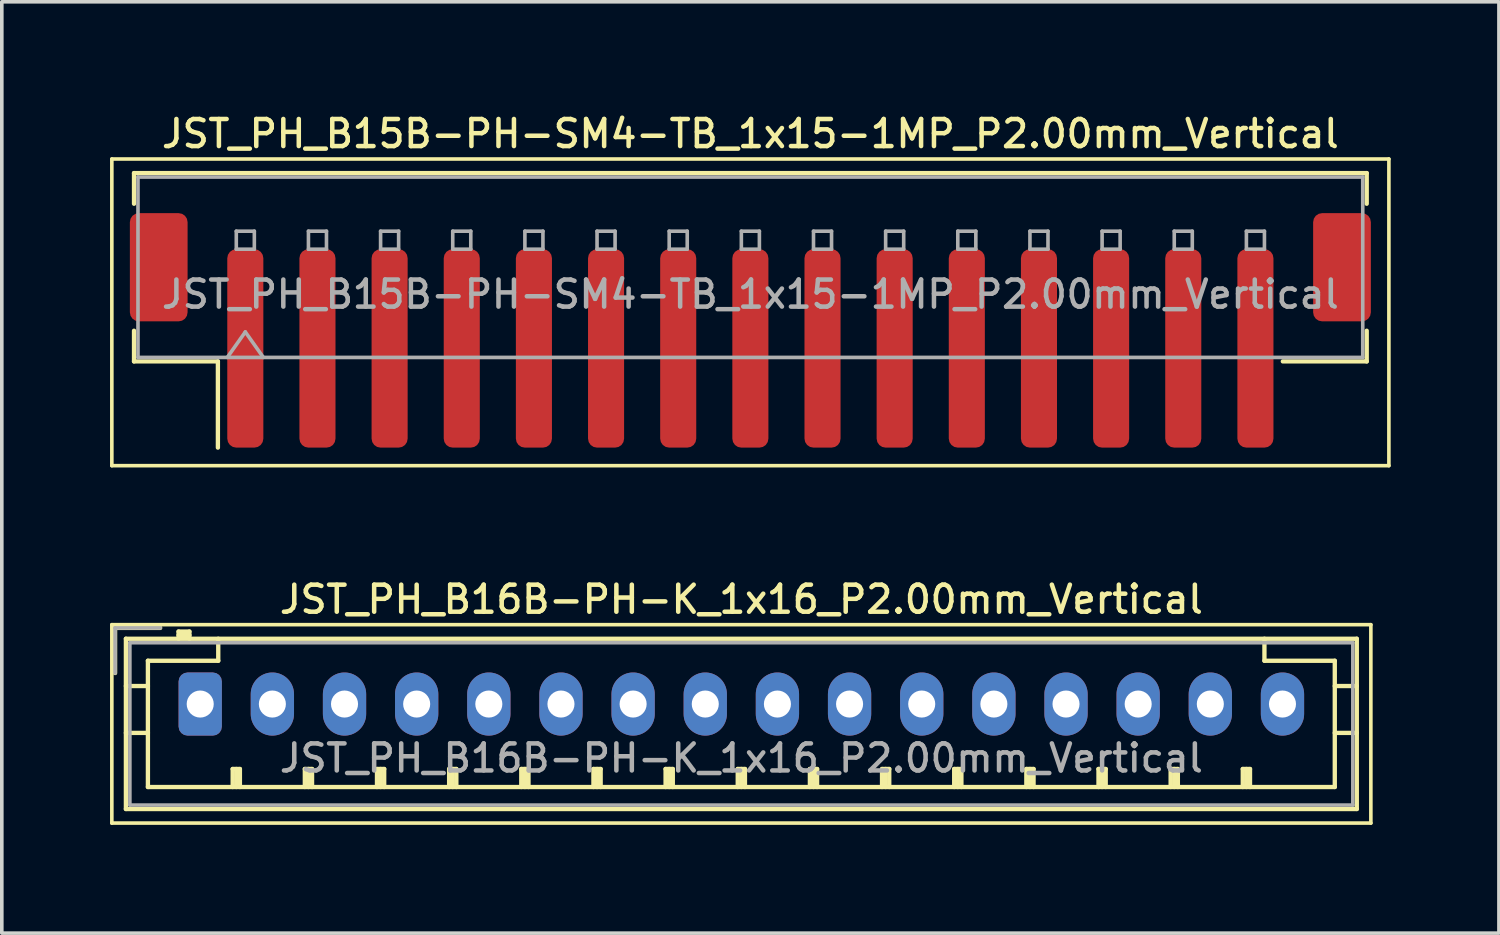
<source format=kicad_pcb>
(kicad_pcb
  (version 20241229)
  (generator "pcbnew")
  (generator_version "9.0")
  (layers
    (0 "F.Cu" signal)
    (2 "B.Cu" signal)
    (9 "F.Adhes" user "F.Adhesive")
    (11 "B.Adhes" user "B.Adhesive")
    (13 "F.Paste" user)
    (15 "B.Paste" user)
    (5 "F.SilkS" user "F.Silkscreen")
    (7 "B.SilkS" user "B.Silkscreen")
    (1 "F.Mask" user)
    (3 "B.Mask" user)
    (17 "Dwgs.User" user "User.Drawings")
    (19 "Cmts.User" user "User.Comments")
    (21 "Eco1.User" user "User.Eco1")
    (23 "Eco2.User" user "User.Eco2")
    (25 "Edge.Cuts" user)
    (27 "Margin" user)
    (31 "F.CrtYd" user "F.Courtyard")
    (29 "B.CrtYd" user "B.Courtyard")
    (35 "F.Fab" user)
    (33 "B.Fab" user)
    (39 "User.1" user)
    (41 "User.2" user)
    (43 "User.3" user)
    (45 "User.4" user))
  (footprint "JST_PH_B15B-PH-SM4-TB_1x15-1MP_P2.00mm_Vertical"
    (layer "F.Cu")
    (at 17.75 6.108)
    (property "Reference" "JST_PH_B15B-PH-SM4-TB_1x15-1MP_P2.00mm_Vertical" (at 0 -5.45 0) (layer "F.SilkS") (effects (font (size 0.75 0.75) (thickness 0.125))))
    (attr smd)
    (fp_line (start -17.7 -4.75) (end -17.7 3.75) (stroke (width 0.1) (type solid)) (layer "F.SilkS"))
    (fp_line (start -17.7 3.75) (end 17.7 3.75) (stroke (width 0.1) (type solid)) (layer "F.SilkS"))
    (fp_line (start -17.085 -4.36) (end 17.085 -4.36) (stroke (width 0.12) (type solid)) (layer "F.SilkS"))
    (fp_line (start -17.085 -3.51) (end -17.085 -4.36) (stroke (width 0.12) (type solid)) (layer "F.SilkS"))
    (fp_line (start -17.085 0.01) (end -17.085 0.86) (stroke (width 0.12) (type solid)) (layer "F.SilkS"))
    (fp_line (start -17.085 0.86) (end -14.76 0.86) (stroke (width 0.12) (type solid)) (layer "F.SilkS"))
    (fp_line (start -14.76 0.86) (end -14.76 3.25) (stroke (width 0.12) (type solid)) (layer "F.SilkS"))
    (fp_line (start 17.085 -4.36) (end 17.085 -3.51) (stroke (width 0.12) (type solid)) (layer "F.SilkS"))
    (fp_line (start 17.085 0.01) (end 17.085 0.86) (stroke (width 0.12) (type solid)) (layer "F.SilkS"))
    (fp_line (start 17.085 0.86) (end 14.76 0.86) (stroke (width 0.12) (type solid)) (layer "F.SilkS"))
    (fp_line (start 17.7 -4.75) (end -17.7 -4.75) (stroke (width 0.1) (type solid)) (layer "F.SilkS"))
    (fp_line (start 17.7 3.75) (end 17.7 -4.75) (stroke (width 0.1) (type solid)) (layer "F.SilkS"))
    (fp_line (start -16.975 -4.25) (end 16.975 -4.25) (stroke (width 0.1) (type solid)) (layer "F.Fab"))
    (fp_line (start -16.975 0.75) (end -16.975 -4.25) (stroke (width 0.1) (type solid)) (layer "F.Fab"))
    (fp_line (start -16.975 0.75) (end 16.975 0.75) (stroke (width 0.1) (type solid)) (layer "F.Fab"))
    (fp_line (start -14.5 0.75) (end -14 0.043) (stroke (width 0.1) (type solid)) (layer "F.Fab"))
    (fp_line (start -14.25 -2.75) (end -14.25 -2.25) (stroke (width 0.1) (type solid)) (layer "F.Fab"))
    (fp_line (start -14.25 -2.25) (end -13.75 -2.25) (stroke (width 0.1) (type solid)) (layer "F.Fab"))
    (fp_line (start -14 0.043) (end -13.5 0.75) (stroke (width 0.1) (type solid)) (layer "F.Fab"))
    (fp_line (start -13.75 -2.75) (end -14.25 -2.75) (stroke (width 0.1) (type solid)) (layer "F.Fab"))
    (fp_line (start -13.75 -2.25) (end -13.75 -2.75) (stroke (width 0.1) (type solid)) (layer "F.Fab"))
    (fp_line (start -12.25 -2.75) (end -12.25 -2.25) (stroke (width 0.1) (type solid)) (layer "F.Fab"))
    (fp_line (start -12.25 -2.25) (end -11.75 -2.25) (stroke (width 0.1) (type solid)) (layer "F.Fab"))
    (fp_line (start -11.75 -2.75) (end -12.25 -2.75) (stroke (width 0.1) (type solid)) (layer "F.Fab"))
    (fp_line (start -11.75 -2.25) (end -11.75 -2.75) (stroke (width 0.1) (type solid)) (layer "F.Fab"))
    (fp_line (start -10.25 -2.75) (end -10.25 -2.25) (stroke (width 0.1) (type solid)) (layer "F.Fab"))
    (fp_line (start -10.25 -2.25) (end -9.75 -2.25) (stroke (width 0.1) (type solid)) (layer "F.Fab"))
    (fp_line (start -9.75 -2.75) (end -10.25 -2.75) (stroke (width 0.1) (type solid)) (layer "F.Fab"))
    (fp_line (start -9.75 -2.25) (end -9.75 -2.75) (stroke (width 0.1) (type solid)) (layer "F.Fab"))
    (fp_line (start -8.25 -2.75) (end -8.25 -2.25) (stroke (width 0.1) (type solid)) (layer "F.Fab"))
    (fp_line (start -8.25 -2.25) (end -7.75 -2.25) (stroke (width 0.1) (type solid)) (layer "F.Fab"))
    (fp_line (start -7.75 -2.75) (end -8.25 -2.75) (stroke (width 0.1) (type solid)) (layer "F.Fab"))
    (fp_line (start -7.75 -2.25) (end -7.75 -2.75) (stroke (width 0.1) (type solid)) (layer "F.Fab"))
    (fp_line (start -6.25 -2.75) (end -6.25 -2.25) (stroke (width 0.1) (type solid)) (layer "F.Fab"))
    (fp_line (start -6.25 -2.25) (end -5.75 -2.25) (stroke (width 0.1) (type solid)) (layer "F.Fab"))
    (fp_line (start -5.75 -2.75) (end -6.25 -2.75) (stroke (width 0.1) (type solid)) (layer "F.Fab"))
    (fp_line (start -5.75 -2.25) (end -5.75 -2.75) (stroke (width 0.1) (type solid)) (layer "F.Fab"))
    (fp_line (start -4.25 -2.75) (end -4.25 -2.25) (stroke (width 0.1) (type solid)) (layer "F.Fab"))
    (fp_line (start -4.25 -2.25) (end -3.75 -2.25) (stroke (width 0.1) (type solid)) (layer "F.Fab"))
    (fp_line (start -3.75 -2.75) (end -4.25 -2.75) (stroke (width 0.1) (type solid)) (layer "F.Fab"))
    (fp_line (start -3.75 -2.25) (end -3.75 -2.75) (stroke (width 0.1) (type solid)) (layer "F.Fab"))
    (fp_line (start -2.25 -2.75) (end -2.25 -2.25) (stroke (width 0.1) (type solid)) (layer "F.Fab"))
    (fp_line (start -2.25 -2.25) (end -1.75 -2.25) (stroke (width 0.1) (type solid)) (layer "F.Fab"))
    (fp_line (start -1.75 -2.75) (end -2.25 -2.75) (stroke (width 0.1) (type solid)) (layer "F.Fab"))
    (fp_line (start -1.75 -2.25) (end -1.75 -2.75) (stroke (width 0.1) (type solid)) (layer "F.Fab"))
    (fp_line (start -0.25 -2.75) (end -0.25 -2.25) (stroke (width 0.1) (type solid)) (layer "F.Fab"))
    (fp_line (start -0.25 -2.25) (end 0.25 -2.25) (stroke (width 0.1) (type solid)) (layer "F.Fab"))
    (fp_line (start 0.25 -2.75) (end -0.25 -2.75) (stroke (width 0.1) (type solid)) (layer "F.Fab"))
    (fp_line (start 0.25 -2.25) (end 0.25 -2.75) (stroke (width 0.1) (type solid)) (layer "F.Fab"))
    (fp_line (start 1.75 -2.75) (end 1.75 -2.25) (stroke (width 0.1) (type solid)) (layer "F.Fab"))
    (fp_line (start 1.75 -2.25) (end 2.25 -2.25) (stroke (width 0.1) (type solid)) (layer "F.Fab"))
    (fp_line (start 2.25 -2.75) (end 1.75 -2.75) (stroke (width 0.1) (type solid)) (layer "F.Fab"))
    (fp_line (start 2.25 -2.25) (end 2.25 -2.75) (stroke (width 0.1) (type solid)) (layer "F.Fab"))
    (fp_line (start 3.75 -2.75) (end 3.75 -2.25) (stroke (width 0.1) (type solid)) (layer "F.Fab"))
    (fp_line (start 3.75 -2.25) (end 4.25 -2.25) (stroke (width 0.1) (type solid)) (layer "F.Fab"))
    (fp_line (start 4.25 -2.75) (end 3.75 -2.75) (stroke (width 0.1) (type solid)) (layer "F.Fab"))
    (fp_line (start 4.25 -2.25) (end 4.25 -2.75) (stroke (width 0.1) (type solid)) (layer "F.Fab"))
    (fp_line (start 5.75 -2.75) (end 5.75 -2.25) (stroke (width 0.1) (type solid)) (layer "F.Fab"))
    (fp_line (start 5.75 -2.25) (end 6.25 -2.25) (stroke (width 0.1) (type solid)) (layer "F.Fab"))
    (fp_line (start 6.25 -2.75) (end 5.75 -2.75) (stroke (width 0.1) (type solid)) (layer "F.Fab"))
    (fp_line (start 6.25 -2.25) (end 6.25 -2.75) (stroke (width 0.1) (type solid)) (layer "F.Fab"))
    (fp_line (start 7.75 -2.75) (end 7.75 -2.25) (stroke (width 0.1) (type solid)) (layer "F.Fab"))
    (fp_line (start 7.75 -2.25) (end 8.25 -2.25) (stroke (width 0.1) (type solid)) (layer "F.Fab"))
    (fp_line (start 8.25 -2.75) (end 7.75 -2.75) (stroke (width 0.1) (type solid)) (layer "F.Fab"))
    (fp_line (start 8.25 -2.25) (end 8.25 -2.75) (stroke (width 0.1) (type solid)) (layer "F.Fab"))
    (fp_line (start 9.75 -2.75) (end 9.75 -2.25) (stroke (width 0.1) (type solid)) (layer "F.Fab"))
    (fp_line (start 9.75 -2.25) (end 10.25 -2.25) (stroke (width 0.1) (type solid)) (layer "F.Fab"))
    (fp_line (start 10.25 -2.75) (end 9.75 -2.75) (stroke (width 0.1) (type solid)) (layer "F.Fab"))
    (fp_line (start 10.25 -2.25) (end 10.25 -2.75) (stroke (width 0.1) (type solid)) (layer "F.Fab"))
    (fp_line (start 11.75 -2.75) (end 11.75 -2.25) (stroke (width 0.1) (type solid)) (layer "F.Fab"))
    (fp_line (start 11.75 -2.25) (end 12.25 -2.25) (stroke (width 0.1) (type solid)) (layer "F.Fab"))
    (fp_line (start 12.25 -2.75) (end 11.75 -2.75) (stroke (width 0.1) (type solid)) (layer "F.Fab"))
    (fp_line (start 12.25 -2.25) (end 12.25 -2.75) (stroke (width 0.1) (type solid)) (layer "F.Fab"))
    (fp_line (start 13.75 -2.75) (end 13.75 -2.25) (stroke (width 0.1) (type solid)) (layer "F.Fab"))
    (fp_line (start 13.75 -2.25) (end 14.25 -2.25) (stroke (width 0.1) (type solid)) (layer "F.Fab"))
    (fp_line (start 14.25 -2.75) (end 13.75 -2.75) (stroke (width 0.1) (type solid)) (layer "F.Fab"))
    (fp_line (start 14.25 -2.25) (end 14.25 -2.75) (stroke (width 0.1) (type solid)) (layer "F.Fab"))
    (fp_line (start 16.975 0.75) (end 16.975 -4.25) (stroke (width 0.1) (type solid)) (layer "F.Fab"))
    (fp_text user "${REFERENCE}" (at 0 -1 0) (layer "F.Fab") (effects (font (size 0.75 0.75) (thickness 0.125))))
    (pad "1" smd roundrect (at -14 0.5) (size 1 5.5) (layers "F.Cu" "F.Mask" "F.Paste") (roundrect_rratio 0.25))
    (pad "2" smd roundrect (at -12 0.5) (size 1 5.5) (layers "F.Cu" "F.Mask" "F.Paste") (roundrect_rratio 0.25))
    (pad "3" smd roundrect (at -10 0.5) (size 1 5.5) (layers "F.Cu" "F.Mask" "F.Paste") (roundrect_rratio 0.25))
    (pad "4" smd roundrect (at -8 0.5) (size 1 5.5) (layers "F.Cu" "F.Mask" "F.Paste") (roundrect_rratio 0.25))
    (pad "5" smd roundrect (at -6 0.5) (size 1 5.5) (layers "F.Cu" "F.Mask" "F.Paste") (roundrect_rratio 0.25))
    (pad "6" smd roundrect (at -4 0.5) (size 1 5.5) (layers "F.Cu" "F.Mask" "F.Paste") (roundrect_rratio 0.25))
    (pad "7" smd roundrect (at -2 0.5) (size 1 5.5) (layers "F.Cu" "F.Mask" "F.Paste") (roundrect_rratio 0.25))
    (pad "8" smd roundrect (at 0 0.5) (size 1 5.5) (layers "F.Cu" "F.Mask" "F.Paste") (roundrect_rratio 0.25))
    (pad "9" smd roundrect (at 2 0.5) (size 1 5.5) (layers "F.Cu" "F.Mask" "F.Paste") (roundrect_rratio 0.25))
    (pad "10" smd roundrect (at 4 0.5) (size 1 5.5) (layers "F.Cu" "F.Mask" "F.Paste") (roundrect_rratio 0.25))
    (pad "11" smd roundrect (at 6 0.5) (size 1 5.5) (layers "F.Cu" "F.Mask" "F.Paste") (roundrect_rratio 0.25))
    (pad "12" smd roundrect (at 8 0.5) (size 1 5.5) (layers "F.Cu" "F.Mask" "F.Paste") (roundrect_rratio 0.25))
    (pad "13" smd roundrect (at 10 0.5) (size 1 5.5) (layers "F.Cu" "F.Mask" "F.Paste") (roundrect_rratio 0.25))
    (pad "14" smd roundrect (at 12 0.5) (size 1 5.5) (layers "F.Cu" "F.Mask" "F.Paste") (roundrect_rratio 0.25))
    (pad "15" smd roundrect (at 14 0.5) (size 1 5.5) (layers "F.Cu" "F.Mask" "F.Paste") (roundrect_rratio 0.25))
    (pad "MP" smd roundrect (at -16.4 -1.75) (size 1.6 3) (layers "F.Cu" "F.Mask" "F.Paste") (roundrect_rratio 0.156))
    (pad "MP" smd roundrect (at 16.4 -1.75) (size 1.6 3) (layers "F.Cu" "F.Mask" "F.Paste") (roundrect_rratio 0.156)))
  (footprint "JST_PH_B16B-PH-K_1x16_P2.00mm_Vertical"
    (layer "F.Cu")
    (at 2.5 16.466)
    (property "Reference" "JST_PH_B16B-PH-K_1x16_P2.00mm_Vertical" (at 15 -2.9 0) (layer "F.SilkS") (effects (font (size 0.75 0.75) (thickness 0.125))))
    (attr through_hole)
    (fp_line (start -2.45 -2.2) (end -2.45 3.3) (stroke (width 0.1) (type solid)) (layer "F.SilkS"))
    (fp_line (start -2.45 3.3) (end 32.45 3.3) (stroke (width 0.1) (type solid)) (layer "F.SilkS"))
    (fp_line (start -2.36 -2.11) (end -2.36 -0.86) (stroke (width 0.12) (type solid)) (layer "F.SilkS"))
    (fp_line (start -2.06 -1.81) (end -2.06 2.91) (stroke (width 0.12) (type solid)) (layer "F.SilkS"))
    (fp_line (start -2.06 -0.5) (end -1.45 -0.5) (stroke (width 0.12) (type solid)) (layer "F.SilkS"))
    (fp_line (start -2.06 0.8) (end -1.45 0.8) (stroke (width 0.12) (type solid)) (layer "F.SilkS"))
    (fp_line (start -2.06 2.91) (end 32.06 2.91) (stroke (width 0.12) (type solid)) (layer "F.SilkS"))
    (fp_line (start -1.45 -1.2) (end -1.45 2.3) (stroke (width 0.12) (type solid)) (layer "F.SilkS"))
    (fp_line (start -1.45 2.3) (end 31.45 2.3) (stroke (width 0.12) (type solid)) (layer "F.SilkS"))
    (fp_line (start -1.11 -2.11) (end -2.36 -2.11) (stroke (width 0.12) (type solid)) (layer "F.SilkS"))
    (fp_line (start -0.6 -2.01) (end -0.6 -1.81) (stroke (width 0.12) (type solid)) (layer "F.SilkS"))
    (fp_line (start -0.3 -2.01) (end -0.6 -2.01) (stroke (width 0.12) (type solid)) (layer "F.SilkS"))
    (fp_line (start -0.3 -1.91) (end -0.6 -1.91) (stroke (width 0.12) (type solid)) (layer "F.SilkS"))
    (fp_line (start -0.3 -1.81) (end -0.3 -2.01) (stroke (width 0.12) (type solid)) (layer "F.SilkS"))
    (fp_line (start 0.5 -1.81) (end 0.5 -1.2) (stroke (width 0.12) (type solid)) (layer "F.SilkS"))
    (fp_line (start 0.5 -1.2) (end -1.45 -1.2) (stroke (width 0.12) (type solid)) (layer "F.SilkS"))
    (fp_line (start 0.9 1.8) (end 1.1 1.8) (stroke (width 0.12) (type solid)) (layer "F.SilkS"))
    (fp_line (start 0.9 2.3) (end 0.9 1.8) (stroke (width 0.12) (type solid)) (layer "F.SilkS"))
    (fp_line (start 1 2.3) (end 1 1.8) (stroke (width 0.12) (type solid)) (layer "F.SilkS"))
    (fp_line (start 1.1 1.8) (end 1.1 2.3) (stroke (width 0.12) (type solid)) (layer "F.SilkS"))
    (fp_line (start 2.9 1.8) (end 3.1 1.8) (stroke (width 0.12) (type solid)) (layer "F.SilkS"))
    (fp_line (start 2.9 2.3) (end 2.9 1.8) (stroke (width 0.12) (type solid)) (layer "F.SilkS"))
    (fp_line (start 3 2.3) (end 3 1.8) (stroke (width 0.12) (type solid)) (layer "F.SilkS"))
    (fp_line (start 3.1 1.8) (end 3.1 2.3) (stroke (width 0.12) (type solid)) (layer "F.SilkS"))
    (fp_line (start 4.9 1.8) (end 5.1 1.8) (stroke (width 0.12) (type solid)) (layer "F.SilkS"))
    (fp_line (start 4.9 2.3) (end 4.9 1.8) (stroke (width 0.12) (type solid)) (layer "F.SilkS"))
    (fp_line (start 5 2.3) (end 5 1.8) (stroke (width 0.12) (type solid)) (layer "F.SilkS"))
    (fp_line (start 5.1 1.8) (end 5.1 2.3) (stroke (width 0.12) (type solid)) (layer "F.SilkS"))
    (fp_line (start 6.9 1.8) (end 7.1 1.8) (stroke (width 0.12) (type solid)) (layer "F.SilkS"))
    (fp_line (start 6.9 2.3) (end 6.9 1.8) (stroke (width 0.12) (type solid)) (layer "F.SilkS"))
    (fp_line (start 7 2.3) (end 7 1.8) (stroke (width 0.12) (type solid)) (layer "F.SilkS"))
    (fp_line (start 7.1 1.8) (end 7.1 2.3) (stroke (width 0.12) (type solid)) (layer "F.SilkS"))
    (fp_line (start 8.9 1.8) (end 9.1 1.8) (stroke (width 0.12) (type solid)) (layer "F.SilkS"))
    (fp_line (start 8.9 2.3) (end 8.9 1.8) (stroke (width 0.12) (type solid)) (layer "F.SilkS"))
    (fp_line (start 9 2.3) (end 9 1.8) (stroke (width 0.12) (type solid)) (layer "F.SilkS"))
    (fp_line (start 9.1 1.8) (end 9.1 2.3) (stroke (width 0.12) (type solid)) (layer "F.SilkS"))
    (fp_line (start 10.9 1.8) (end 11.1 1.8) (stroke (width 0.12) (type solid)) (layer "F.SilkS"))
    (fp_line (start 10.9 2.3) (end 10.9 1.8) (stroke (width 0.12) (type solid)) (layer "F.SilkS"))
    (fp_line (start 11 2.3) (end 11 1.8) (stroke (width 0.12) (type solid)) (layer "F.SilkS"))
    (fp_line (start 11.1 1.8) (end 11.1 2.3) (stroke (width 0.12) (type solid)) (layer "F.SilkS"))
    (fp_line (start 12.9 1.8) (end 13.1 1.8) (stroke (width 0.12) (type solid)) (layer "F.SilkS"))
    (fp_line (start 12.9 2.3) (end 12.9 1.8) (stroke (width 0.12) (type solid)) (layer "F.SilkS"))
    (fp_line (start 13 2.3) (end 13 1.8) (stroke (width 0.12) (type solid)) (layer "F.SilkS"))
    (fp_line (start 13.1 1.8) (end 13.1 2.3) (stroke (width 0.12) (type solid)) (layer "F.SilkS"))
    (fp_line (start 14.9 1.8) (end 15.1 1.8) (stroke (width 0.12) (type solid)) (layer "F.SilkS"))
    (fp_line (start 14.9 2.3) (end 14.9 1.8) (stroke (width 0.12) (type solid)) (layer "F.SilkS"))
    (fp_line (start 15 2.3) (end 15 1.8) (stroke (width 0.12) (type solid)) (layer "F.SilkS"))
    (fp_line (start 15.1 1.8) (end 15.1 2.3) (stroke (width 0.12) (type solid)) (layer "F.SilkS"))
    (fp_line (start 16.9 1.8) (end 17.1 1.8) (stroke (width 0.12) (type solid)) (layer "F.SilkS"))
    (fp_line (start 16.9 2.3) (end 16.9 1.8) (stroke (width 0.12) (type solid)) (layer "F.SilkS"))
    (fp_line (start 17 2.3) (end 17 1.8) (stroke (width 0.12) (type solid)) (layer "F.SilkS"))
    (fp_line (start 17.1 1.8) (end 17.1 2.3) (stroke (width 0.12) (type solid)) (layer "F.SilkS"))
    (fp_line (start 18.9 1.8) (end 19.1 1.8) (stroke (width 0.12) (type solid)) (layer "F.SilkS"))
    (fp_line (start 18.9 2.3) (end 18.9 1.8) (stroke (width 0.12) (type solid)) (layer "F.SilkS"))
    (fp_line (start 19 2.3) (end 19 1.8) (stroke (width 0.12) (type solid)) (layer "F.SilkS"))
    (fp_line (start 19.1 1.8) (end 19.1 2.3) (stroke (width 0.12) (type solid)) (layer "F.SilkS"))
    (fp_line (start 20.9 1.8) (end 21.1 1.8) (stroke (width 0.12) (type solid)) (layer "F.SilkS"))
    (fp_line (start 20.9 2.3) (end 20.9 1.8) (stroke (width 0.12) (type solid)) (layer "F.SilkS"))
    (fp_line (start 21 2.3) (end 21 1.8) (stroke (width 0.12) (type solid)) (layer "F.SilkS"))
    (fp_line (start 21.1 1.8) (end 21.1 2.3) (stroke (width 0.12) (type solid)) (layer "F.SilkS"))
    (fp_line (start 22.9 1.8) (end 23.1 1.8) (stroke (width 0.12) (type solid)) (layer "F.SilkS"))
    (fp_line (start 22.9 2.3) (end 22.9 1.8) (stroke (width 0.12) (type solid)) (layer "F.SilkS"))
    (fp_line (start 23 2.3) (end 23 1.8) (stroke (width 0.12) (type solid)) (layer "F.SilkS"))
    (fp_line (start 23.1 1.8) (end 23.1 2.3) (stroke (width 0.12) (type solid)) (layer "F.SilkS"))
    (fp_line (start 24.9 1.8) (end 25.1 1.8) (stroke (width 0.12) (type solid)) (layer "F.SilkS"))
    (fp_line (start 24.9 2.3) (end 24.9 1.8) (stroke (width 0.12) (type solid)) (layer "F.SilkS"))
    (fp_line (start 25 2.3) (end 25 1.8) (stroke (width 0.12) (type solid)) (layer "F.SilkS"))
    (fp_line (start 25.1 1.8) (end 25.1 2.3) (stroke (width 0.12) (type solid)) (layer "F.SilkS"))
    (fp_line (start 26.9 1.8) (end 27.1 1.8) (stroke (width 0.12) (type solid)) (layer "F.SilkS"))
    (fp_line (start 26.9 2.3) (end 26.9 1.8) (stroke (width 0.12) (type solid)) (layer "F.SilkS"))
    (fp_line (start 27 2.3) (end 27 1.8) (stroke (width 0.12) (type solid)) (layer "F.SilkS"))
    (fp_line (start 27.1 1.8) (end 27.1 2.3) (stroke (width 0.12) (type solid)) (layer "F.SilkS"))
    (fp_line (start 28.9 1.8) (end 29.1 1.8) (stroke (width 0.12) (type solid)) (layer "F.SilkS"))
    (fp_line (start 28.9 2.3) (end 28.9 1.8) (stroke (width 0.12) (type solid)) (layer "F.SilkS"))
    (fp_line (start 29 2.3) (end 29 1.8) (stroke (width 0.12) (type solid)) (layer "F.SilkS"))
    (fp_line (start 29.1 1.8) (end 29.1 2.3) (stroke (width 0.12) (type solid)) (layer "F.SilkS"))
    (fp_line (start 29.5 -1.2) (end 29.5 -1.81) (stroke (width 0.12) (type solid)) (layer "F.SilkS"))
    (fp_line (start 31.45 -1.2) (end 29.5 -1.2) (stroke (width 0.12) (type solid)) (layer "F.SilkS"))
    (fp_line (start 31.45 2.3) (end 31.45 -1.2) (stroke (width 0.12) (type solid)) (layer "F.SilkS"))
    (fp_line (start 32.06 -1.81) (end -2.06 -1.81) (stroke (width 0.12) (type solid)) (layer "F.SilkS"))
    (fp_line (start 32.06 -0.5) (end 31.45 -0.5) (stroke (width 0.12) (type solid)) (layer "F.SilkS"))
    (fp_line (start 32.06 0.8) (end 31.45 0.8) (stroke (width 0.12) (type solid)) (layer "F.SilkS"))
    (fp_line (start 32.06 2.91) (end 32.06 -1.81) (stroke (width 0.12) (type solid)) (layer "F.SilkS"))
    (fp_line (start 32.45 -2.2) (end -2.45 -2.2) (stroke (width 0.1) (type solid)) (layer "F.SilkS"))
    (fp_line (start 32.45 3.3) (end 32.45 -2.2) (stroke (width 0.1) (type solid)) (layer "F.SilkS"))
    (fp_line (start -2.36 -2.11) (end -2.36 -0.86) (stroke (width 0.1) (type solid)) (layer "F.Fab"))
    (fp_line (start -1.95 -1.7) (end -1.95 2.8) (stroke (width 0.1) (type solid)) (layer "F.Fab"))
    (fp_line (start -1.95 2.8) (end 31.95 2.8) (stroke (width 0.1) (type solid)) (layer "F.Fab"))
    (fp_line (start -1.11 -2.11) (end -2.36 -2.11) (stroke (width 0.1) (type solid)) (layer "F.Fab"))
    (fp_line (start 31.95 -1.7) (end -1.95 -1.7) (stroke (width 0.1) (type solid)) (layer "F.Fab"))
    (fp_line (start 31.95 2.8) (end 31.95 -1.7) (stroke (width 0.1) (type solid)) (layer "F.Fab"))
    (fp_text user "${REFERENCE}" (at 15 1.5 0) (layer "F.Fab") (effects (font (size 0.75 0.75) (thickness 0.125))))
    (pad "1" thru_hole roundrect (at 0 0) (size 1.2 1.75) (drill 0.75) (layers "*.Cu" "*.Mask") (roundrect_rratio 0.208))
    (pad "2" thru_hole oval (at 2 0) (size 1.2 1.75) (drill 0.75) (layers "*.Cu" "*.Mask"))
    (pad "3" thru_hole oval (at 4 0) (size 1.2 1.75) (drill 0.75) (layers "*.Cu" "*.Mask"))
    (pad "4" thru_hole oval (at 6 0) (size 1.2 1.75) (drill 0.75) (layers "*.Cu" "*.Mask"))
    (pad "5" thru_hole oval (at 8 0) (size 1.2 1.75) (drill 0.75) (layers "*.Cu" "*.Mask"))
    (pad "6" thru_hole oval (at 10 0) (size 1.2 1.75) (drill 0.75) (layers "*.Cu" "*.Mask"))
    (pad "7" thru_hole oval (at 12 0) (size 1.2 1.75) (drill 0.75) (layers "*.Cu" "*.Mask"))
    (pad "8" thru_hole oval (at 14 0) (size 1.2 1.75) (drill 0.75) (layers "*.Cu" "*.Mask"))
    (pad "9" thru_hole oval (at 16 0) (size 1.2 1.75) (drill 0.75) (layers "*.Cu" "*.Mask"))
    (pad "10" thru_hole oval (at 18 0) (size 1.2 1.75) (drill 0.75) (layers "*.Cu" "*.Mask"))
    (pad "11" thru_hole oval (at 20 0) (size 1.2 1.75) (drill 0.75) (layers "*.Cu" "*.Mask"))
    (pad "12" thru_hole oval (at 22 0) (size 1.2 1.75) (drill 0.75) (layers "*.Cu" "*.Mask"))
    (pad "13" thru_hole oval (at 24 0) (size 1.2 1.75) (drill 0.75) (layers "*.Cu" "*.Mask"))
    (pad "14" thru_hole oval (at 26 0) (size 1.2 1.75) (drill 0.75) (layers "*.Cu" "*.Mask"))
    (pad "15" thru_hole oval (at 28 0) (size 1.2 1.75) (drill 0.75) (layers "*.Cu" "*.Mask"))
    (pad "16" thru_hole oval (at 30 0) (size 1.2 1.75) (drill 0.75) (layers "*.Cu" "*.Mask")))
  (gr_rect
    (start -3 -3)
    (end 38.5 22.816)
    (stroke (width 0.1) (type default))
    (fill no)
    (layer "Edge.Cuts")))
</source>
